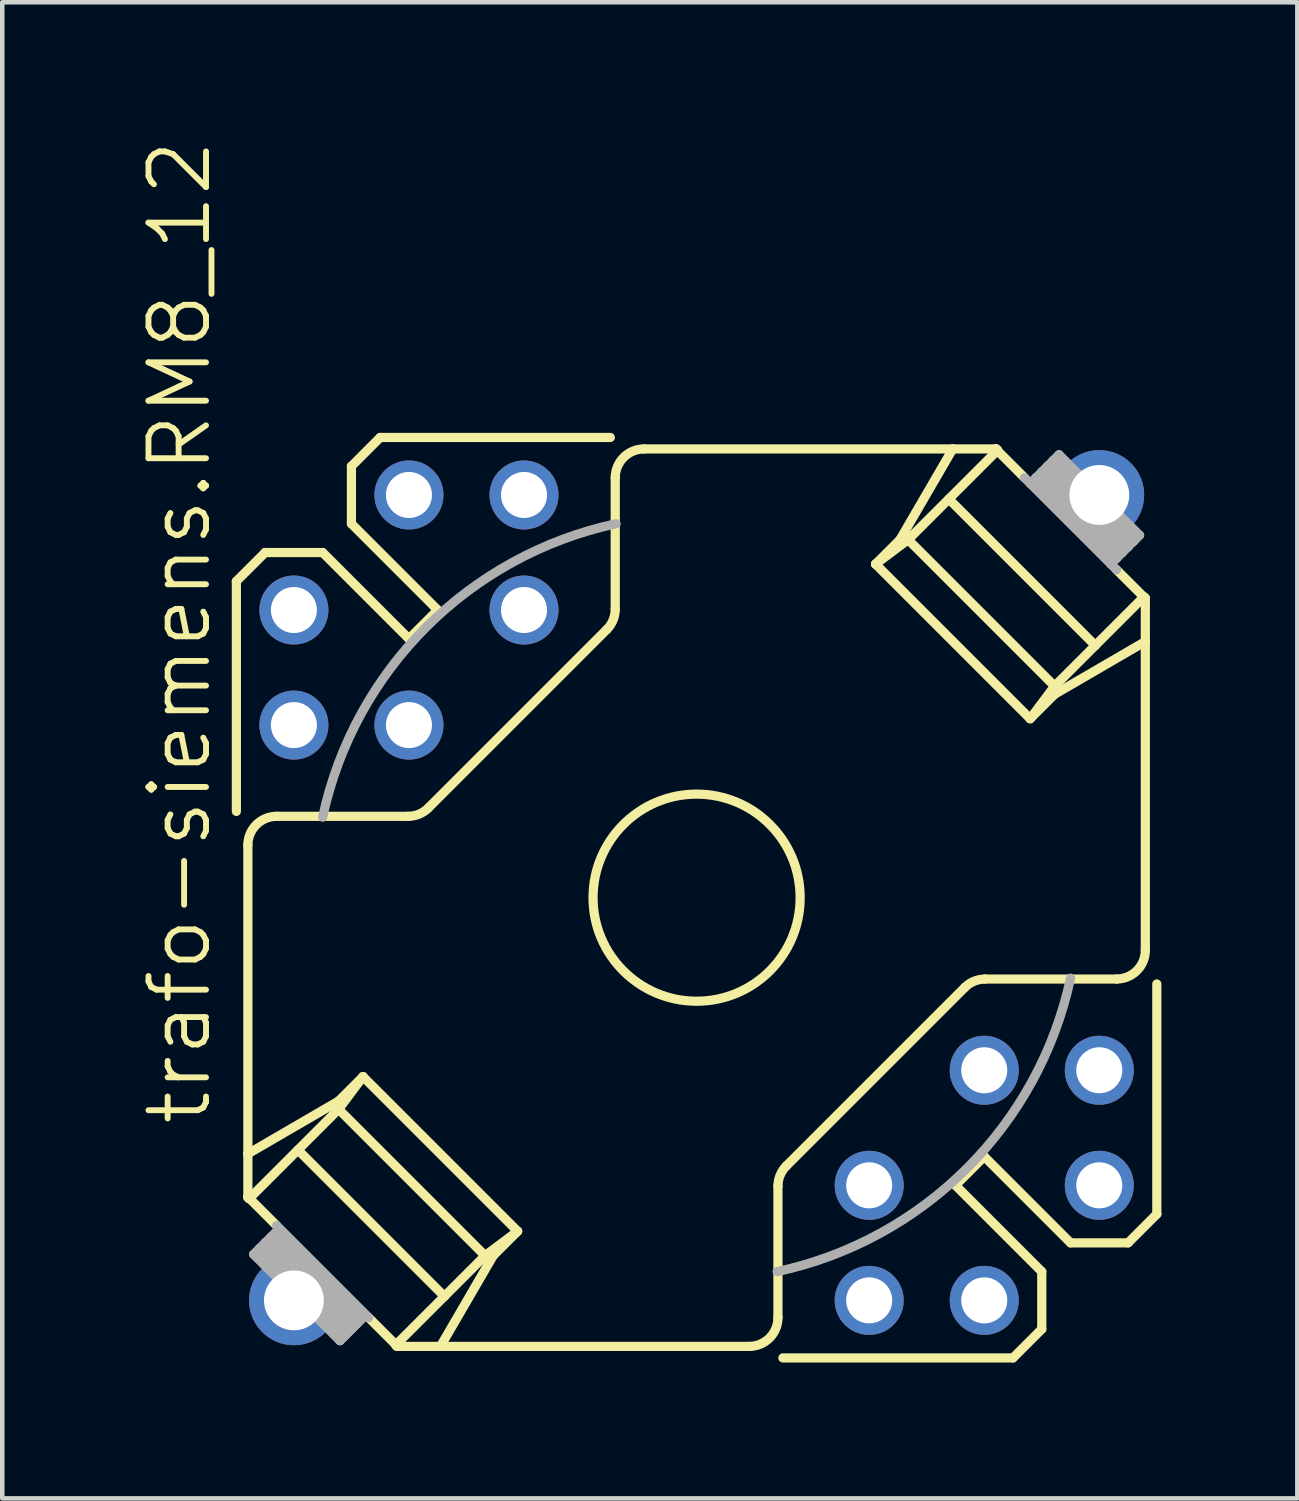
<source format=kicad_pcb>
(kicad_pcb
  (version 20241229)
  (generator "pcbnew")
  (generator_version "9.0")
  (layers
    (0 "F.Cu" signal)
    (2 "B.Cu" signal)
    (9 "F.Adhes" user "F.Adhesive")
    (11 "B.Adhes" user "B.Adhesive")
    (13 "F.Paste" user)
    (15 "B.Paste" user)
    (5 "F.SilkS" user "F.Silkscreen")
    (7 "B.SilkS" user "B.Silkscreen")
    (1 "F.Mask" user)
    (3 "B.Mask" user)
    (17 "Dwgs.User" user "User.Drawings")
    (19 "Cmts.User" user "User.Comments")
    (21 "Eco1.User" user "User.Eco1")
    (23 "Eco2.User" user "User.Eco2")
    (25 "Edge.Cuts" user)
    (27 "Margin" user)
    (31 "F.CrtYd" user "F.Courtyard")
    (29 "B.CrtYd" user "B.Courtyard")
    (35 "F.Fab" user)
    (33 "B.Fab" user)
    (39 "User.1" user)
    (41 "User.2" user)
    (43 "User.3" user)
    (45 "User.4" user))
  (footprint "trafo-siemens.RM8_12"
    (layer "F.Cu")
    (at 12.328 16.767)
    (property "Reference" "trafo-siemens.RM8_12" (at -10.668 5.08 90) (layer "F.SilkS") (effects (font (size 1.27 1.27) (thickness 0.13)) (justify left bottom)))
    (attr through_hole)
    (fp_line (start -10.16 -6.985) (end -9.525 -7.62) (stroke (width 0.203) (type default)) (layer "F.SilkS"))
    (fp_line (start -10.16 -1.905) (end -10.16 -6.985) (stroke (width 0.203) (type default)) (layer "F.SilkS"))
    (fp_line (start -9.906 5.655) (end -9.906 -1.161) (stroke (width 0.203) (type default)) (layer "F.SilkS"))
    (fp_line (start -9.906 5.655) (end -7.903 4.49) (stroke (width 0.203) (type default)) (layer "F.SilkS"))
    (fp_line (start -9.906 6.604) (end -9.906 5.655) (stroke (width 0.203) (type default)) (layer "F.SilkS"))
    (fp_line (start -9.906 6.618) (end -9.906 6.604) (stroke (width 0.203) (type default)) (layer "F.SilkS"))
    (fp_line (start -9.878 6.645) (end -9.906 6.618) (stroke (width 0.203) (type default)) (layer "F.SilkS"))
    (fp_line (start -9.525 -7.62) (end -8.255 -7.62) (stroke (width 0.203) (type default)) (layer "F.SilkS"))
    (fp_line (start -9.271 7.239) (end -9.906 6.604) (stroke (width 0.203) (type default)) (layer "F.SilkS"))
    (fp_line (start -8.801 5.568) (end -5.568 8.801) (stroke (width 0.203) (type default)) (layer "F.SilkS"))
    (fp_line (start -8.255 -7.62) (end -6.35 -5.715) (stroke (width 0.203) (type default)) (layer "F.SilkS"))
    (fp_line (start -7.903 4.67) (end -9.878 6.645) (stroke (width 0.203) (type default)) (layer "F.SilkS"))
    (fp_line (start -7.903 4.67) (end -7.364 3.951) (stroke (width 0.203) (type default)) (layer "F.SilkS"))
    (fp_line (start -7.62 -9.525) (end -6.985 -10.16) (stroke (width 0.203) (type default)) (layer "F.SilkS"))
    (fp_line (start -7.62 -8.255) (end -7.62 -9.525) (stroke (width 0.203) (type default)) (layer "F.SilkS"))
    (fp_line (start -7.364 3.951) (end -7.903 4.49) (stroke (width 0.203) (type default)) (layer "F.SilkS"))
    (fp_line (start -7.364 3.951) (end -3.951 7.364) (stroke (width 0.203) (type default)) (layer "F.SilkS"))
    (fp_line (start -6.985 -10.16) (end -1.905 -10.16) (stroke (width 0.203) (type default)) (layer "F.SilkS"))
    (fp_line (start -6.618 9.906) (end -6.604 9.906) (stroke (width 0.203) (type default)) (layer "F.SilkS"))
    (fp_line (start -6.604 9.906) (end -7.239 9.271) (stroke (width 0.203) (type default)) (layer "F.SilkS"))
    (fp_line (start -6.604 9.906) (end -5.655 9.906) (stroke (width 0.203) (type default)) (layer "F.SilkS"))
    (fp_line (start -6.37 -1.796) (end -9.271 -1.796) (stroke (width 0.203) (type default)) (layer "F.SilkS"))
    (fp_line (start -6.35 -5.715) (end -5.715 -6.35) (stroke (width 0.203) (type default)) (layer "F.SilkS"))
    (fp_line (start -5.921 -1.982) (end -1.982 -5.921) (stroke (width 0.203) (type default)) (layer "F.SilkS"))
    (fp_line (start -5.715 -6.35) (end -7.62 -8.255) (stroke (width 0.203) (type default)) (layer "F.SilkS"))
    (fp_line (start -5.655 9.906) (end -4.49 7.903) (stroke (width 0.203) (type default)) (layer "F.SilkS"))
    (fp_line (start -5.655 9.906) (end 1.161 9.906) (stroke (width 0.203) (type default)) (layer "F.SilkS"))
    (fp_line (start -5.568 8.801) (end -6.645 9.878) (stroke (width 0.203) (type default)) (layer "F.SilkS"))
    (fp_line (start -4.67 7.903) (end -7.903 4.67) (stroke (width 0.203) (type default)) (layer "F.SilkS"))
    (fp_line (start -4.67 7.903) (end -5.568 8.801) (stroke (width 0.203) (type default)) (layer "F.SilkS"))
    (fp_line (start -4.67 7.903) (end -3.951 7.364) (stroke (width 0.203) (type default)) (layer "F.SilkS"))
    (fp_line (start -3.951 7.364) (end -4.49 7.903) (stroke (width 0.203) (type default)) (layer "F.SilkS"))
    (fp_line (start -1.796 -6.37) (end -1.796 -9.271) (stroke (width 0.203) (type default)) (layer "F.SilkS"))
    (fp_line (start -1.161 -9.906) (end 5.655 -9.906) (stroke (width 0.203) (type default)) (layer "F.SilkS"))
    (fp_line (start 1.796 6.37) (end 1.796 9.271) (stroke (width 0.203) (type default)) (layer "F.SilkS"))
    (fp_line (start 1.982 5.921) (end 5.921 1.982) (stroke (width 0.203) (type default)) (layer "F.SilkS"))
    (fp_line (start 3.951 -7.364) (end 4.49 -7.903) (stroke (width 0.203) (type default)) (layer "F.SilkS"))
    (fp_line (start 3.951 -7.364) (end 7.364 -3.951) (stroke (width 0.203) (type default)) (layer "F.SilkS"))
    (fp_line (start 4.49 -7.903) (end 5.655 -9.906) (stroke (width 0.203) (type default)) (layer "F.SilkS"))
    (fp_line (start 4.67 -7.903) (end 3.951 -7.364) (stroke (width 0.203) (type default)) (layer "F.SilkS"))
    (fp_line (start 4.67 -7.903) (end 6.645 -9.878) (stroke (width 0.203) (type default)) (layer "F.SilkS"))
    (fp_line (start 5.568 -8.801) (end 8.801 -5.568) (stroke (width 0.203) (type default)) (layer "F.SilkS"))
    (fp_line (start 5.655 -9.906) (end 6.604 -9.906) (stroke (width 0.203) (type default)) (layer "F.SilkS"))
    (fp_line (start 5.715 6.35) (end 7.62 8.255) (stroke (width 0.203) (type default)) (layer "F.SilkS"))
    (fp_line (start 6.35 5.715) (end 5.715 6.35) (stroke (width 0.203) (type default)) (layer "F.SilkS"))
    (fp_line (start 6.37 1.796) (end 9.271 1.796) (stroke (width 0.203) (type default)) (layer "F.SilkS"))
    (fp_line (start 6.604 -9.906) (end 6.618 -9.906) (stroke (width 0.203) (type default)) (layer "F.SilkS"))
    (fp_line (start 6.618 -9.906) (end 6.645 -9.878) (stroke (width 0.203) (type default)) (layer "F.SilkS"))
    (fp_line (start 6.985 10.16) (end 1.905 10.16) (stroke (width 0.203) (type default)) (layer "F.SilkS"))
    (fp_line (start 7.239 -9.271) (end 6.604 -9.906) (stroke (width 0.203) (type default)) (layer "F.SilkS"))
    (fp_line (start 7.364 -3.951) (end 7.903 -4.49) (stroke (width 0.203) (type default)) (layer "F.SilkS"))
    (fp_line (start 7.62 8.255) (end 7.62 9.525) (stroke (width 0.203) (type default)) (layer "F.SilkS"))
    (fp_line (start 7.62 9.525) (end 6.985 10.16) (stroke (width 0.203) (type default)) (layer "F.SilkS"))
    (fp_line (start 7.903 -4.67) (end 4.67 -7.903) (stroke (width 0.203) (type default)) (layer "F.SilkS"))
    (fp_line (start 7.903 -4.67) (end 7.364 -3.951) (stroke (width 0.203) (type default)) (layer "F.SilkS"))
    (fp_line (start 7.903 -4.67) (end 8.801 -5.568) (stroke (width 0.203) (type default)) (layer "F.SilkS"))
    (fp_line (start 7.903 -4.49) (end 9.906 -5.655) (stroke (width 0.203) (type default)) (layer "F.SilkS"))
    (fp_line (start 8.255 7.62) (end 6.35 5.715) (stroke (width 0.203) (type default)) (layer "F.SilkS"))
    (fp_line (start 8.801 -5.568) (end 9.878 -6.645) (stroke (width 0.203) (type default)) (layer "F.SilkS"))
    (fp_line (start 9.525 7.62) (end 8.255 7.62) (stroke (width 0.203) (type default)) (layer "F.SilkS"))
    (fp_line (start 9.906 -6.604) (end 9.271 -7.239) (stroke (width 0.203) (type default)) (layer "F.SilkS"))
    (fp_line (start 9.906 -6.604) (end 9.906 -6.618) (stroke (width 0.203) (type default)) (layer "F.SilkS"))
    (fp_line (start 9.906 -5.655) (end 9.906 -6.604) (stroke (width 0.203) (type default)) (layer "F.SilkS"))
    (fp_line (start 9.906 1.161) (end 9.906 -5.655) (stroke (width 0.203) (type default)) (layer "F.SilkS"))
    (fp_line (start 10.16 1.905) (end 10.16 6.985) (stroke (width 0.203) (type default)) (layer "F.SilkS"))
    (fp_line (start 10.16 6.985) (end 9.525 7.62) (stroke (width 0.203) (type default)) (layer "F.SilkS"))
    (fp_arc (start -9.906 -1.1611) (mid -9.720013 -1.610113) (end -9.271 -1.7961) (stroke (width 0.2032) (type default)) (layer "F.SilkS"))
    (fp_arc (start -5.9204 -1.9818) (mid -6.126528 -1.844268) (end -6.3696 -1.7961) (stroke (width 0.2032) (type default)) (layer "F.SilkS"))
    (fp_arc (start -1.7961 -9.271) (mid -1.610113 -9.720013) (end -1.1611 -9.906) (stroke (width 0.2032) (type default)) (layer "F.SilkS"))
    (fp_arc (start -1.796 -6.3696) (mid -1.844345 -6.126601) (end -1.982 -5.9206) (stroke (width 0.2032) (type default)) (layer "F.SilkS"))
    (fp_arc (start 1.796 6.3696) (mid 1.844345 6.126601) (end 1.982 5.9206) (stroke (width 0.2032) (type default)) (layer "F.SilkS"))
    (fp_arc (start 1.7961 9.271) (mid 1.610113 9.720013) (end 1.1611 9.906) (stroke (width 0.2032) (type default)) (layer "F.SilkS"))
    (fp_arc (start 5.9206 1.982) (mid 6.12663 1.844491) (end 6.3696 1.7963) (stroke (width 0.2032) (type default)) (layer "F.SilkS"))
    (fp_arc (start 9.906 1.1611) (mid 9.720013 1.610113) (end 9.271 1.7961) (stroke (width 0.2032) (type default)) (layer "F.SilkS"))
    (fp_circle (center 0 0) (end 2.286 0) (stroke (width 0.203) (type default)) (fill no) (layer "F.SilkS"))
    (fp_line (start -9.779 7.874) (end -9.652 7.747) (stroke (width 0.203) (type default)) (layer "F.Fab"))
    (fp_line (start -9.652 7.747) (end -9.525 7.62) (stroke (width 0.203) (type default)) (layer "F.Fab"))
    (fp_line (start -9.652 7.874) (end -7.874 9.652) (stroke (width 0.203) (type default)) (layer "F.Fab"))
    (fp_line (start -9.525 7.62) (end -9.398 7.493) (stroke (width 0.203) (type default)) (layer "F.Fab"))
    (fp_line (start -9.525 7.62) (end -7.62 9.525) (stroke (width 0.203) (type default)) (layer "F.Fab"))
    (fp_line (start -9.525 7.747) (end -9.652 7.874) (stroke (width 0.203) (type default)) (layer "F.Fab"))
    (fp_line (start -9.398 7.493) (end -9.271 7.366) (stroke (width 0.203) (type default)) (layer "F.Fab"))
    (fp_line (start -9.398 7.62) (end -7.62 9.398) (stroke (width 0.203) (type default)) (layer "F.Fab"))
    (fp_line (start -9.271 7.366) (end -7.366 9.271) (stroke (width 0.203) (type default)) (layer "F.Fab"))
    (fp_line (start -9.271 7.493) (end -9.398 7.62) (stroke (width 0.203) (type default)) (layer "F.Fab"))
    (fp_line (start -7.874 9.779) (end -9.779 7.874) (stroke (width 0.203) (type default)) (layer "F.Fab"))
    (fp_line (start -7.874 9.779) (end -7.366 9.271) (stroke (width 0.203) (type default)) (layer "F.Fab"))
    (fp_line (start -7.747 9.525) (end -9.525 7.747) (stroke (width 0.203) (type default)) (layer "F.Fab"))
    (fp_line (start -7.747 9.652) (end -9.652 7.747) (stroke (width 0.203) (type default)) (layer "F.Fab"))
    (fp_line (start -7.747 9.652) (end -7.874 9.779) (stroke (width 0.203) (type default)) (layer "F.Fab"))
    (fp_line (start -7.62 9.398) (end -7.747 9.525) (stroke (width 0.203) (type default)) (layer "F.Fab"))
    (fp_line (start -7.62 9.525) (end -7.747 9.652) (stroke (width 0.203) (type default)) (layer "F.Fab"))
    (fp_line (start -7.493 9.271) (end -9.271 7.493) (stroke (width 0.203) (type default)) (layer "F.Fab"))
    (fp_line (start -7.493 9.398) (end -9.398 7.493) (stroke (width 0.203) (type default)) (layer "F.Fab"))
    (fp_line (start -7.493 9.398) (end -7.62 9.525) (stroke (width 0.203) (type default)) (layer "F.Fab"))
    (fp_line (start -7.366 9.271) (end -7.493 9.398) (stroke (width 0.203) (type default)) (layer "F.Fab"))
    (fp_line (start -7.341 9.195) (end -9.22 7.315) (stroke (width 0.203) (type default)) (layer "F.Fab"))
    (fp_line (start -7.239 9.271) (end -9.271 7.239) (stroke (width 0.203) (type default)) (layer "F.Fab"))
    (fp_line (start 7.366 -9.144) (end 7.239 -9.271) (stroke (width 0.203) (type default)) (layer "F.Fab"))
    (fp_line (start 7.493 -9.271) (end 7.366 -9.144) (stroke (width 0.203) (type default)) (layer "F.Fab"))
    (fp_line (start 7.493 -9.144) (end 9.144 -7.493) (stroke (width 0.203) (type default)) (layer "F.Fab"))
    (fp_line (start 7.62 -9.398) (end 7.493 -9.271) (stroke (width 0.203) (type default)) (layer "F.Fab"))
    (fp_line (start 7.62 -9.271) (end 9.271 -7.62) (stroke (width 0.203) (type default)) (layer "F.Fab"))
    (fp_line (start 7.747 -9.525) (end 7.62 -9.398) (stroke (width 0.203) (type default)) (layer "F.Fab"))
    (fp_line (start 7.747 -9.398) (end 9.398 -7.747) (stroke (width 0.203) (type default)) (layer "F.Fab"))
    (fp_line (start 7.874 -9.652) (end 7.747 -9.525) (stroke (width 0.203) (type default)) (layer "F.Fab"))
    (fp_line (start 7.874 -9.525) (end 9.525 -7.874) (stroke (width 0.203) (type default)) (layer "F.Fab"))
    (fp_line (start 8.001 -9.779) (end 7.874 -9.652) (stroke (width 0.203) (type default)) (layer "F.Fab"))
    (fp_line (start 8.001 -9.779) (end 9.779 -8.001) (stroke (width 0.203) (type default)) (layer "F.Fab"))
    (fp_line (start 8.001 -9.652) (end 9.652 -8.001) (stroke (width 0.203) (type default)) (layer "F.Fab"))
    (fp_line (start 9.144 -7.366) (end 7.366 -9.144) (stroke (width 0.203) (type default)) (layer "F.Fab"))
    (fp_line (start 9.144 -7.366) (end 9.271 -7.493) (stroke (width 0.203) (type default)) (layer "F.Fab"))
    (fp_line (start 9.271 -7.493) (end 7.493 -9.271) (stroke (width 0.203) (type default)) (layer "F.Fab"))
    (fp_line (start 9.271 -7.493) (end 9.398 -7.62) (stroke (width 0.203) (type default)) (layer "F.Fab"))
    (fp_line (start 9.271 -7.239) (end 9.144 -7.366) (stroke (width 0.203) (type default)) (layer "F.Fab"))
    (fp_line (start 9.398 -7.62) (end 7.62 -9.398) (stroke (width 0.203) (type default)) (layer "F.Fab"))
    (fp_line (start 9.398 -7.62) (end 9.525 -7.747) (stroke (width 0.203) (type default)) (layer "F.Fab"))
    (fp_line (start 9.525 -7.747) (end 7.747 -9.525) (stroke (width 0.203) (type default)) (layer "F.Fab"))
    (fp_line (start 9.525 -7.747) (end 9.652 -7.874) (stroke (width 0.203) (type default)) (layer "F.Fab"))
    (fp_line (start 9.652 -7.874) (end 7.874 -9.652) (stroke (width 0.203) (type default)) (layer "F.Fab"))
    (fp_line (start 9.652 -7.874) (end 9.779 -8.001) (stroke (width 0.203) (type default)) (layer "F.Fab"))
    (fp_arc (start -8.255 -1.778) (mid -5.971026 -5.971026) (end -1.778 -8.255) (stroke (width 0.2032) (type default)) (layer "F.Fab"))
    (fp_arc (start 8.255 1.778) (mid 5.971026 5.971026) (end 1.778 8.255) (stroke (width 0.2032) (type default)) (layer "F.Fab"))
    (pad "1" thru_hole circle (at 8.89 6.35) (size 1.524 1.524) (drill 1.016) (layers "*.Cu" "*.Mask"))
    (pad "2" thru_hole circle (at 8.89 3.81) (size 1.524 1.524) (drill 1.016) (layers "*.Cu" "*.Mask"))
    (pad "3" thru_hole circle (at 6.35 3.81) (size 1.524 1.524) (drill 1.016) (layers "*.Cu" "*.Mask"))
    (pad "4" thru_hole circle (at -3.81 -6.35) (size 1.524 1.524) (drill 1.016) (layers "*.Cu" "*.Mask"))
    (pad "5" thru_hole circle (at -3.81 -8.89) (size 1.524 1.524) (drill 1.016) (layers "*.Cu" "*.Mask"))
    (pad "6" thru_hole circle (at -6.35 -8.89) (size 1.524 1.524) (drill 1.016) (layers "*.Cu" "*.Mask"))
    (pad "7" thru_hole circle (at -8.89 -6.35) (size 1.524 1.524) (drill 1.016) (layers "*.Cu" "*.Mask"))
    (pad "8" thru_hole circle (at -8.89 -3.81) (size 1.524 1.524) (drill 1.016) (layers "*.Cu" "*.Mask"))
    (pad "9" thru_hole circle (at -6.35 -3.81) (size 1.524 1.524) (drill 1.016) (layers "*.Cu" "*.Mask"))
    (pad "10" thru_hole circle (at 3.81 6.35) (size 1.524 1.524) (drill 1.016) (layers "*.Cu" "*.Mask"))
    (pad "11" thru_hole circle (at 3.81 8.89) (size 1.524 1.524) (drill 1.016) (layers "*.Cu" "*.Mask"))
    (pad "12" thru_hole circle (at 6.35 8.89) (size 1.524 1.524) (drill 1.016) (layers "*.Cu" "*.Mask"))
    (pad "M" thru_hole circle (at -8.89 8.89) (size 1.981 1.981) (drill 1.321) (layers "*.Cu" "*.Mask"))
    (pad "M1" thru_hole circle (at 8.89 -8.89) (size 1.981 1.981) (drill 1.321) (layers "*.Cu" "*.Mask")))
  (gr_rect
    (start -3 -3)
    (end 25.59 30.029)
    (stroke (width 0.1) (type default))
    (fill no)
    (layer "Edge.Cuts")))
</source>
